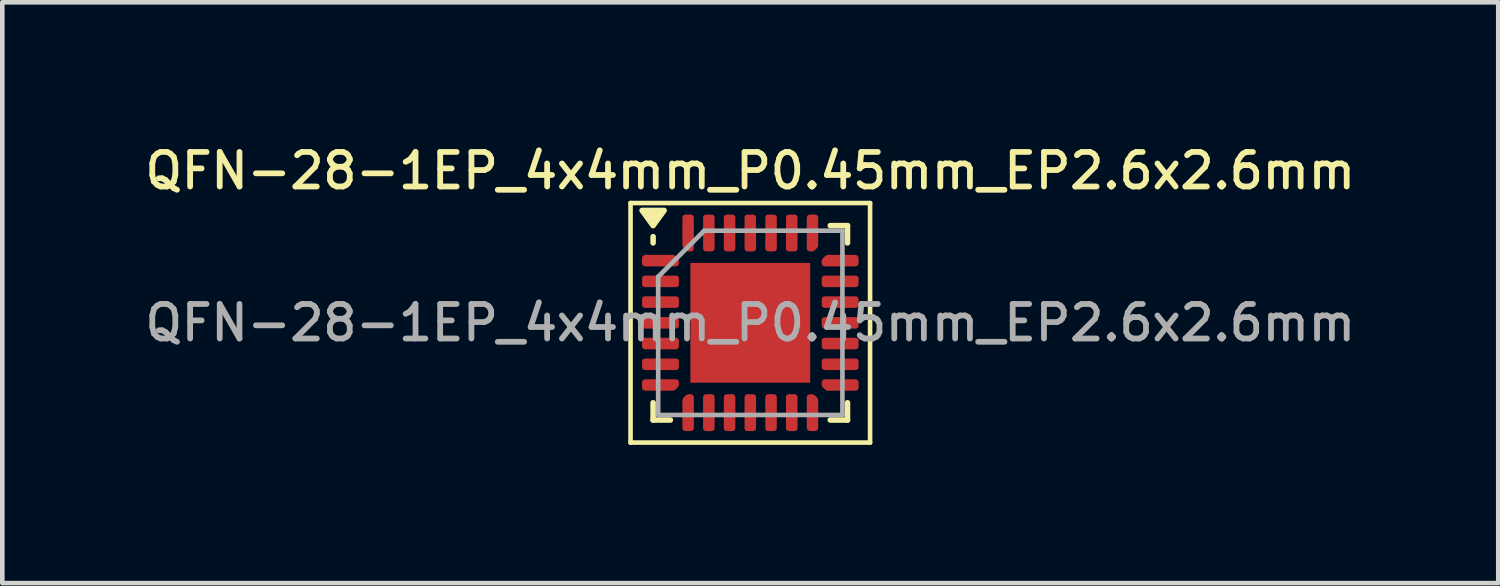
<source format=kicad_pcb>
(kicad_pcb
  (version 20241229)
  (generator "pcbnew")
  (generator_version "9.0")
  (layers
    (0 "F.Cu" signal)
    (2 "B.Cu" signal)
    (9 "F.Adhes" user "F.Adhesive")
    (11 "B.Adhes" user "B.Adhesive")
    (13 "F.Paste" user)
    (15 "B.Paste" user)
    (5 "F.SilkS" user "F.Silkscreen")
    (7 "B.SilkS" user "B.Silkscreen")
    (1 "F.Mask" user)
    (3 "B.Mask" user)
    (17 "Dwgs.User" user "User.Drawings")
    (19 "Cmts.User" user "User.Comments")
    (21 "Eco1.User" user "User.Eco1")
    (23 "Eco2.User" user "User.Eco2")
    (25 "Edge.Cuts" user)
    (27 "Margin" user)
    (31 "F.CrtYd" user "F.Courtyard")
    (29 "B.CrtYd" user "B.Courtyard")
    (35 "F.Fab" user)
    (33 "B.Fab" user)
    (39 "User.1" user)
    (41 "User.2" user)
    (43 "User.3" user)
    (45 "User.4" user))
  (footprint "QFN-28-1EP_4x4mm_P0.45mm_EP2.6x2.6mm"
    (layer "F.Cu")
    (at 13.238 3.958)
    (property "Reference" "QFN-28-1EP_4x4mm_P0.45mm_EP2.6x2.6mm" (at 0 -3.3 0) (layer "F.SilkS") (effects (font (size 0.75 0.75) (thickness 0.125))))
    (attr smd)
    (fp_line (start -2.6 -2.6) (end -2.6 2.6) (stroke (width 0.1) (type solid)) (layer "F.SilkS"))
    (fp_line (start -2.6 2.6) (end 2.6 2.6) (stroke (width 0.1) (type solid)) (layer "F.SilkS"))
    (fp_line (start -2.11 -1.735) (end -2.11 -1.87) (stroke (width 0.12) (type solid)) (layer "F.SilkS"))
    (fp_line (start -2.11 2.11) (end -2.11 1.735) (stroke (width 0.12) (type solid)) (layer "F.SilkS"))
    (fp_line (start -1.735 2.11) (end -2.11 2.11) (stroke (width 0.12) (type solid)) (layer "F.SilkS"))
    (fp_line (start 1.735 -2.11) (end 2.11 -2.11) (stroke (width 0.12) (type solid)) (layer "F.SilkS"))
    (fp_line (start 1.735 2.11) (end 2.11 2.11) (stroke (width 0.12) (type solid)) (layer "F.SilkS"))
    (fp_line (start 2.11 -2.11) (end 2.11 -1.735) (stroke (width 0.12) (type solid)) (layer "F.SilkS"))
    (fp_line (start 2.11 2.11) (end 2.11 1.735) (stroke (width 0.12) (type solid)) (layer "F.SilkS"))
    (fp_line (start 2.6 -2.6) (end -2.6 -2.6) (stroke (width 0.1) (type solid)) (layer "F.SilkS"))
    (fp_line (start 2.6 2.6) (end 2.6 -2.6) (stroke (width 0.1) (type solid)) (layer "F.SilkS"))
    (fp_poly (pts (xy -2.11 -2.11) (xy -2.35 -2.44) (xy -1.87 -2.44) (xy -2.11 -2.11)) (stroke (width 0.12) (type solid)) (fill yes) (layer "F.SilkS"))
    (fp_line (start -2 -1) (end -1 -2) (stroke (width 0.1) (type solid)) (layer "F.Fab"))
    (fp_line (start -2 2) (end -2 -1) (stroke (width 0.1) (type solid)) (layer "F.Fab"))
    (fp_line (start -1 -2) (end 2 -2) (stroke (width 0.1) (type solid)) (layer "F.Fab"))
    (fp_line (start 2 -2) (end 2 2) (stroke (width 0.1) (type solid)) (layer "F.Fab"))
    (fp_line (start 2 2) (end -2 2) (stroke (width 0.1) (type solid)) (layer "F.Fab"))
    (fp_text user "${REFERENCE}" (at 0 0 0) (layer "F.Fab") (effects (font (size 0.75 0.75) (thickness 0.125))))
    (pad "" smd roundrect (at -0.65 -0.65) (size 1.05 1.05) (layers "F.Paste") (roundrect_rratio 0.238))
    (pad "" smd roundrect (at -0.65 0.65) (size 1.05 1.05) (layers "F.Paste") (roundrect_rratio 0.238))
    (pad "" smd roundrect (at 0.65 -0.65) (size 1.05 1.05) (layers "F.Paste") (roundrect_rratio 0.238))
    (pad "" smd roundrect (at 0.65 0.65) (size 1.05 1.05) (layers "F.Paste") (roundrect_rratio 0.238))
    (pad "1" smd custom (at -1.95 -1.35) (size 0.179 0.179) (layers "F.Cu" "F.Mask" "F.Paste") (options (anchor circle)) (primitives (gr_poly (pts (xy -0.338 -0.062) (xy 0.274 -0.062) (xy 0.338 0.001) (xy 0.338 0.062) (xy -0.338 0.062)) (width 0.125) (fill yes))))
    (pad "2" smd roundrect (at -1.95 -0.9) (size 0.8 0.25) (layers "F.Cu" "F.Mask" "F.Paste") (roundrect_rratio 0.25))
    (pad "3" smd roundrect (at -1.95 -0.45) (size 0.8 0.25) (layers "F.Cu" "F.Mask" "F.Paste") (roundrect_rratio 0.25))
    (pad "4" smd roundrect (at -1.95 0) (size 0.8 0.25) (layers "F.Cu" "F.Mask" "F.Paste") (roundrect_rratio 0.25))
    (pad "5" smd roundrect (at -1.95 0.45) (size 0.8 0.25) (layers "F.Cu" "F.Mask" "F.Paste") (roundrect_rratio 0.25))
    (pad "6" smd roundrect (at -1.95 0.9) (size 0.8 0.25) (layers "F.Cu" "F.Mask" "F.Paste") (roundrect_rratio 0.25))
    (pad "7" smd custom (at -1.95 1.35) (size 0.179 0.179) (layers "F.Cu" "F.Mask" "F.Paste") (options (anchor circle)) (primitives (gr_poly (pts (xy -0.338 -0.062) (xy 0.338 -0.062) (xy 0.338 -0.001) (xy 0.274 0.062) (xy -0.338 0.062)) (width 0.125) (fill yes))))
    (pad "8" smd custom (at -1.35 1.95) (size 0.179 0.179) (layers "F.Cu" "F.Mask" "F.Paste") (options (anchor circle)) (primitives (gr_poly (pts (xy -0.062 -0.274) (xy 0.001 -0.338) (xy 0.062 -0.338) (xy 0.062 0.338) (xy -0.062 0.338)) (width 0.125) (fill yes))))
    (pad "9" smd roundrect (at -0.9 1.95) (size 0.25 0.8) (layers "F.Cu" "F.Mask" "F.Paste") (roundrect_rratio 0.25))
    (pad "10" smd roundrect (at -0.45 1.95) (size 0.25 0.8) (layers "F.Cu" "F.Mask" "F.Paste") (roundrect_rratio 0.25))
    (pad "11" smd roundrect (at 0 1.95) (size 0.25 0.8) (layers "F.Cu" "F.Mask" "F.Paste") (roundrect_rratio 0.25))
    (pad "12" smd roundrect (at 0.45 1.95) (size 0.25 0.8) (layers "F.Cu" "F.Mask" "F.Paste") (roundrect_rratio 0.25))
    (pad "13" smd roundrect (at 0.9 1.95) (size 0.25 0.8) (layers "F.Cu" "F.Mask" "F.Paste") (roundrect_rratio 0.25))
    (pad "14" smd custom (at 1.35 1.95) (size 0.179 0.179) (layers "F.Cu" "F.Mask" "F.Paste") (options (anchor circle)) (primitives (gr_poly (pts (xy -0.062 -0.338) (xy -0.001 -0.338) (xy 0.062 -0.274) (xy 0.062 0.338) (xy -0.062 0.338)) (width 0.125) (fill yes))))
    (pad "15" smd custom (at 1.95 1.35) (size 0.179 0.179) (layers "F.Cu" "F.Mask" "F.Paste") (options (anchor circle)) (primitives (gr_poly (pts (xy -0.338 -0.062) (xy 0.338 -0.062) (xy 0.338 0.062) (xy -0.274 0.062) (xy -0.338 -0.001)) (width 0.125) (fill yes))))
    (pad "16" smd roundrect (at 1.95 0.9) (size 0.8 0.25) (layers "F.Cu" "F.Mask" "F.Paste") (roundrect_rratio 0.25))
    (pad "17" smd roundrect (at 1.95 0.45) (size 0.8 0.25) (layers "F.Cu" "F.Mask" "F.Paste") (roundrect_rratio 0.25))
    (pad "18" smd roundrect (at 1.95 0) (size 0.8 0.25) (layers "F.Cu" "F.Mask" "F.Paste") (roundrect_rratio 0.25))
    (pad "19" smd roundrect (at 1.95 -0.45) (size 0.8 0.25) (layers "F.Cu" "F.Mask" "F.Paste") (roundrect_rratio 0.25))
    (pad "20" smd roundrect (at 1.95 -0.9) (size 0.8 0.25) (layers "F.Cu" "F.Mask" "F.Paste") (roundrect_rratio 0.25))
    (pad "21" smd custom (at 1.95 -1.35) (size 0.179 0.179) (layers "F.Cu" "F.Mask" "F.Paste") (options (anchor circle)) (primitives (gr_poly (pts (xy -0.338 0.001) (xy -0.274 -0.062) (xy 0.338 -0.062) (xy 0.338 0.062) (xy -0.338 0.062)) (width 0.125) (fill yes))))
    (pad "22" smd custom (at 1.35 -1.95) (size 0.179 0.179) (layers "F.Cu" "F.Mask" "F.Paste") (options (anchor circle)) (primitives (gr_poly (pts (xy -0.062 -0.338) (xy 0.062 -0.338) (xy 0.062 0.274) (xy -0.001 0.338) (xy -0.062 0.338)) (width 0.125) (fill yes))))
    (pad "23" smd roundrect (at 0.9 -1.95) (size 0.25 0.8) (layers "F.Cu" "F.Mask" "F.Paste") (roundrect_rratio 0.25))
    (pad "24" smd roundrect (at 0.45 -1.95) (size 0.25 0.8) (layers "F.Cu" "F.Mask" "F.Paste") (roundrect_rratio 0.25))
    (pad "25" smd roundrect (at 0 -1.95) (size 0.25 0.8) (layers "F.Cu" "F.Mask" "F.Paste") (roundrect_rratio 0.25))
    (pad "26" smd roundrect (at -0.45 -1.95) (size 0.25 0.8) (layers "F.Cu" "F.Mask" "F.Paste") (roundrect_rratio 0.25))
    (pad "27" smd roundrect (at -0.9 -1.95) (size 0.25 0.8) (layers "F.Cu" "F.Mask" "F.Paste") (roundrect_rratio 0.25))
    (pad "28" smd custom (at -1.35 -1.95) (size 0.179 0.179) (layers "F.Cu" "F.Mask" "F.Paste") (options (anchor circle)) (primitives (gr_poly (pts (xy -0.062 -0.338) (xy 0.062 -0.338) (xy 0.062 0.338) (xy 0.001 0.338) (xy -0.062 0.274)) (width 0.125) (fill yes))))
    (pad "29" smd rect (at 0 0) (size 2.6 2.6) (property pad_prop_heatsink) (layers "F.Cu" "F.Mask")))
  (gr_rect
    (start -3 -3)
    (end 29.475 9.608)
    (stroke (width 0.1) (type default))
    (fill no)
    (layer "Edge.Cuts")))
</source>
